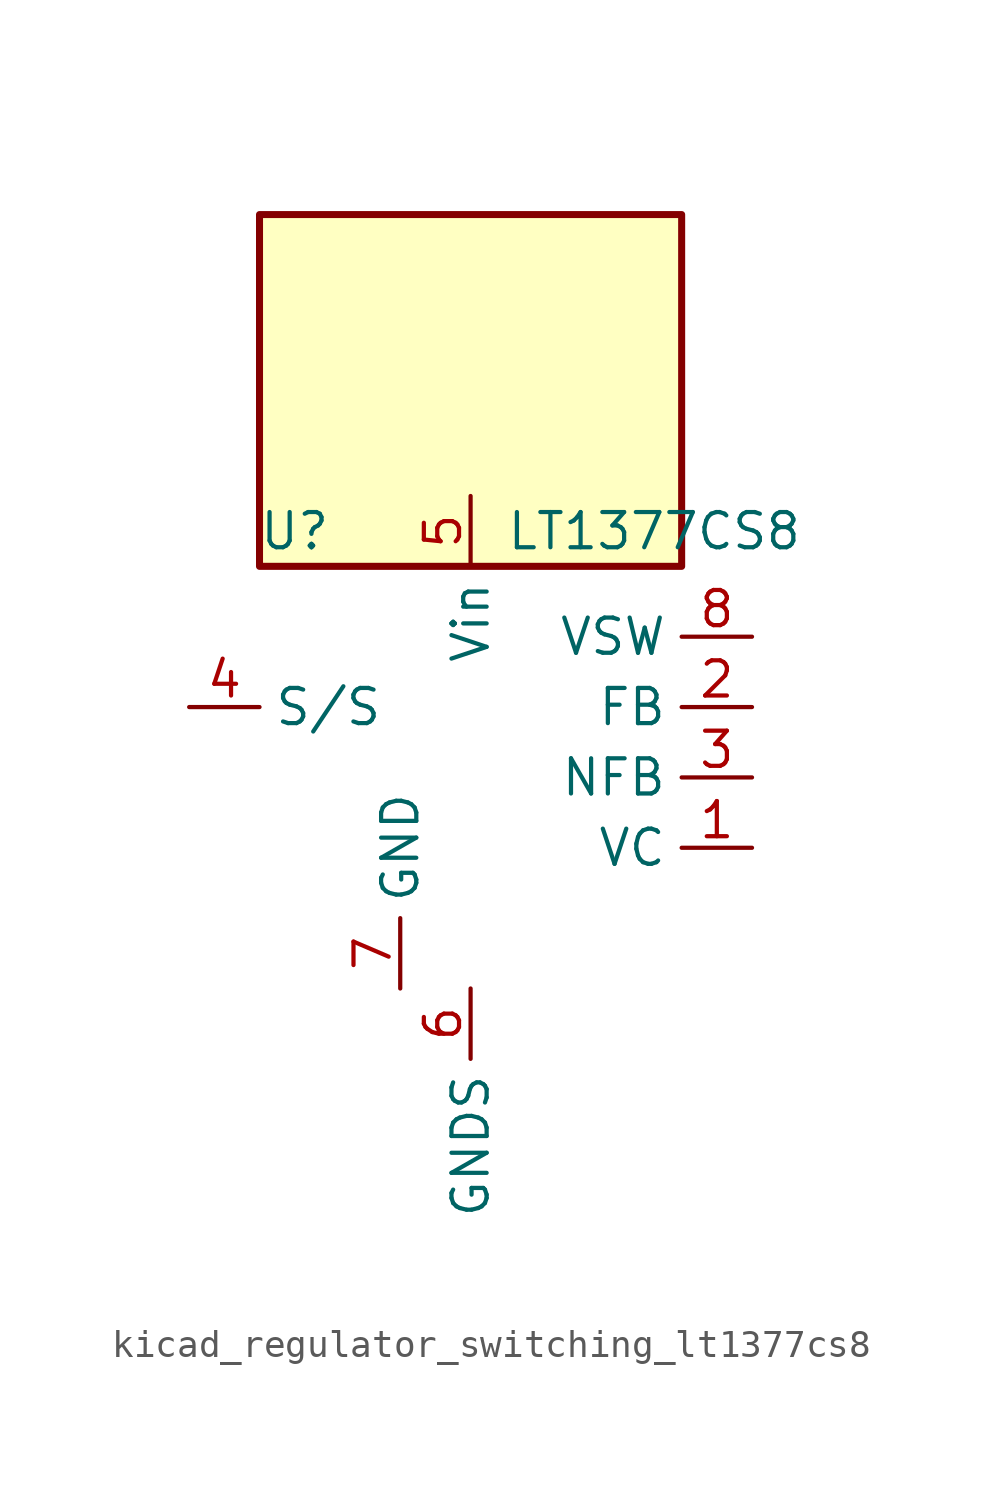
<source format=kicad_sym>
(kicad_symbol_lib
  (version 20220914)
  (generator kicad_symbol_editor)
  (symbol "kicad_regulator_switching_lt1377cs8"
    (property "Reference" "U"
      (at -6.35 8.89 0)
      (effects (font (size 1.27 1.27))))
    (property "Value" "LT1377CS8"
      (at 1.27 8.89 0)
      (effects (font (size 1.27 1.27)) (justify left)))
    (symbol "kicad_regulator_switching_lt1377cs8_0_1"
      (rectangle (start 7.62 20.32) (end -7.62 7.62) (stroke (width 0.254) (type default)) (fill (type background))))
    (symbol "kicad_regulator_switching_lt1377cs8_1_1"
      (pin passive line (at 10.16 -2.54 180) (length 2.54) (name "VC" (effects (font (size 1.27 1.27)))) (number "1" (effects (font (size 1.27 1.27)))))
      (pin passive line (at 10.16 2.54 180) (length 2.54) (name "FB" (effects (font (size 1.27 1.27)))) (number "2" (effects (font (size 1.27 1.27)))))
      (pin input line (at 10.16 0 180) (length 2.54) (name "NFB" (effects (font (size 1.27 1.27)))) (number "3" (effects (font (size 1.27 1.27)))))
      (pin input line (at -10.16 2.54 0) (length 2.54) (name "S/S" (effects (font (size 1.27 1.27)))) (number "4" (effects (font (size 1.27 1.27)))))
      (pin power_in line (at 0 10.16 270) (length 2.54) (name "Vin" (effects (font (size 1.27 1.27)))) (number "5" (effects (font (size 1.27 1.27)))))
      (pin power_in line (at 0 -7.62 270) (length 2.54) (name "GNDS" (effects (font (size 1.27 1.27)))) (number "6" (effects (font (size 1.27 1.27)))))
      (pin power_in line (at -2.54 -7.62 90) (length 2.54) (name "GND" (effects (font (size 1.27 1.27)))) (number "7" (effects (font (size 1.27 1.27)))))
      (pin output line (at 10.16 5.08 180) (length 2.54) (name "VSW" (effects (font (size 1.27 1.27)))) (number "8" (effects (font (size 1.27 1.27))))))))
</source>
